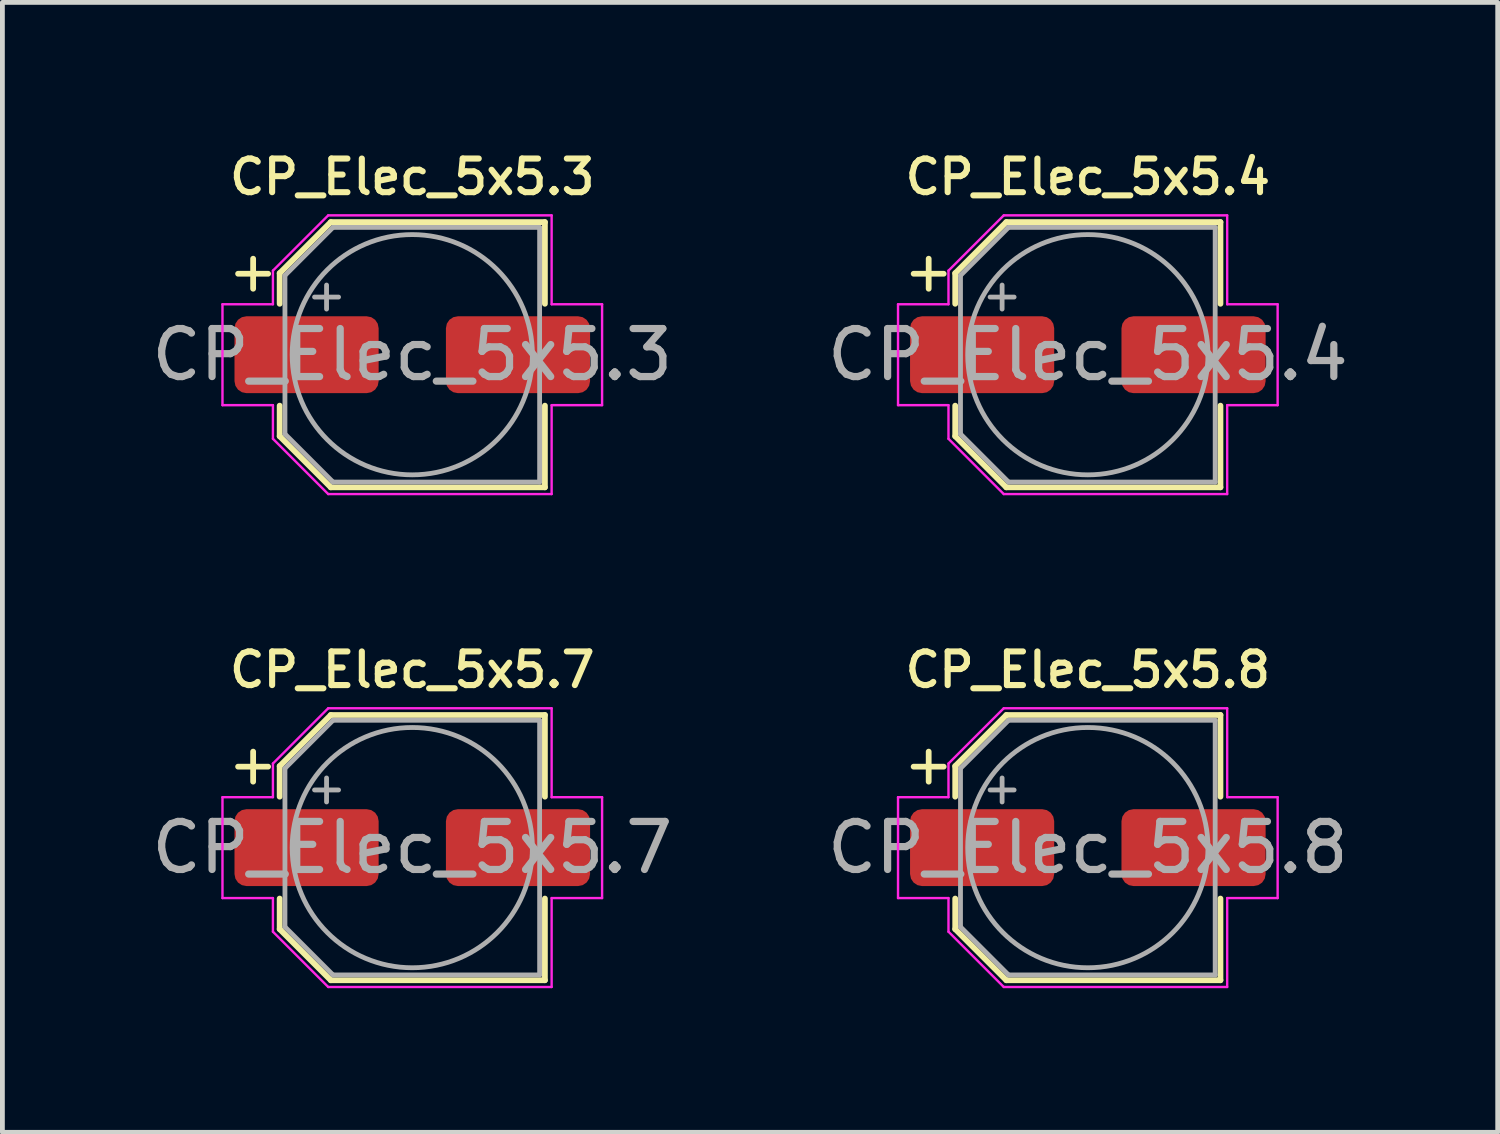
<source format=kicad_pcb>
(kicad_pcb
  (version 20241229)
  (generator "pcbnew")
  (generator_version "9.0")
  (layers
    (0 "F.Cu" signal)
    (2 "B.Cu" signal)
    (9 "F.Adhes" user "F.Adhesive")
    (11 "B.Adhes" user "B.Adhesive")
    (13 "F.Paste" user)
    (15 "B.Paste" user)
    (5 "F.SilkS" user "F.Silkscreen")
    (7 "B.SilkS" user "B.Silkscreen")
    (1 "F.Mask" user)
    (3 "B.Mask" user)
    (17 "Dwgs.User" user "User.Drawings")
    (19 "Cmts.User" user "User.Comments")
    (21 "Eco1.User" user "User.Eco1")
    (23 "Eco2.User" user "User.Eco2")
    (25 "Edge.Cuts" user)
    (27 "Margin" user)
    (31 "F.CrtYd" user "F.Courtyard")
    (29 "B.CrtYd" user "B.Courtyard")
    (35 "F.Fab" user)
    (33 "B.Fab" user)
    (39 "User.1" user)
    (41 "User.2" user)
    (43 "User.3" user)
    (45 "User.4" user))
  (footprint "CP_Elec_5x5.8"
    (layer "F.Cu")
    (at 19.589 14.59)
    (property "Reference" "CP_Elec_5x5.8" (at 0 -3.7 0) (layer "F.SilkS") (effects (font (size 0.7 0.7) (thickness 0.127))))
    (attr smd)
    (fp_line (start -3.625 -1.685) (end -3 -1.685) (stroke (width 0.12) (type solid)) (layer "F.SilkS"))
    (fp_line (start -3.312 -1.998) (end -3.312 -1.373) (stroke (width 0.12) (type solid)) (layer "F.SilkS"))
    (fp_line (start -2.76 -1.696) (end -2.76 -1.06) (stroke (width 0.12) (type solid)) (layer "F.SilkS"))
    (fp_line (start -2.76 -1.696) (end -1.696 -2.76) (stroke (width 0.12) (type solid)) (layer "F.SilkS"))
    (fp_line (start -2.76 1.696) (end -2.76 1.06) (stroke (width 0.12) (type solid)) (layer "F.SilkS"))
    (fp_line (start -2.76 1.696) (end -1.696 2.76) (stroke (width 0.12) (type solid)) (layer "F.SilkS"))
    (fp_line (start -1.696 -2.76) (end 2.76 -2.76) (stroke (width 0.12) (type solid)) (layer "F.SilkS"))
    (fp_line (start -1.696 2.76) (end 2.76 2.76) (stroke (width 0.12) (type solid)) (layer "F.SilkS"))
    (fp_line (start 2.76 -2.76) (end 2.76 -1.06) (stroke (width 0.12) (type solid)) (layer "F.SilkS"))
    (fp_line (start 2.76 2.76) (end 2.76 1.06) (stroke (width 0.12) (type solid)) (layer "F.SilkS"))
    (fp_line (start -3.95 -1.05) (end -3.95 1.05) (stroke (width 0.05) (type solid)) (layer "F.CrtYd"))
    (fp_line (start -3.95 1.05) (end -2.9 1.05) (stroke (width 0.05) (type solid)) (layer "F.CrtYd"))
    (fp_line (start -2.9 -1.75) (end -2.9 -1.05) (stroke (width 0.05) (type solid)) (layer "F.CrtYd"))
    (fp_line (start -2.9 -1.75) (end -1.75 -2.9) (stroke (width 0.05) (type solid)) (layer "F.CrtYd"))
    (fp_line (start -2.9 -1.05) (end -3.95 -1.05) (stroke (width 0.05) (type solid)) (layer "F.CrtYd"))
    (fp_line (start -2.9 1.05) (end -2.9 1.75) (stroke (width 0.05) (type solid)) (layer "F.CrtYd"))
    (fp_line (start -2.9 1.75) (end -1.75 2.9) (stroke (width 0.05) (type solid)) (layer "F.CrtYd"))
    (fp_line (start -1.75 -2.9) (end 2.9 -2.9) (stroke (width 0.05) (type solid)) (layer "F.CrtYd"))
    (fp_line (start -1.75 2.9) (end 2.9 2.9) (stroke (width 0.05) (type solid)) (layer "F.CrtYd"))
    (fp_line (start 2.9 -2.9) (end 2.9 -1.05) (stroke (width 0.05) (type solid)) (layer "F.CrtYd"))
    (fp_line (start 2.9 -1.05) (end 3.95 -1.05) (stroke (width 0.05) (type solid)) (layer "F.CrtYd"))
    (fp_line (start 2.9 1.05) (end 2.9 2.9) (stroke (width 0.05) (type solid)) (layer "F.CrtYd"))
    (fp_line (start 3.95 -1.05) (end 3.95 1.05) (stroke (width 0.05) (type solid)) (layer "F.CrtYd"))
    (fp_line (start 3.95 1.05) (end 2.9 1.05) (stroke (width 0.05) (type solid)) (layer "F.CrtYd"))
    (fp_line (start -2.65 -1.65) (end -2.65 1.65) (stroke (width 0.1) (type solid)) (layer "F.Fab"))
    (fp_line (start -2.65 -1.65) (end -1.65 -2.65) (stroke (width 0.1) (type solid)) (layer "F.Fab"))
    (fp_line (start -2.65 1.65) (end -1.65 2.65) (stroke (width 0.1) (type solid)) (layer "F.Fab"))
    (fp_line (start -2.034 -1.2) (end -1.534 -1.2) (stroke (width 0.1) (type solid)) (layer "F.Fab"))
    (fp_line (start -1.784 -1.45) (end -1.784 -0.95) (stroke (width 0.1) (type solid)) (layer "F.Fab"))
    (fp_line (start -1.65 -2.65) (end 2.65 -2.65) (stroke (width 0.1) (type solid)) (layer "F.Fab"))
    (fp_line (start -1.65 2.65) (end 2.65 2.65) (stroke (width 0.1) (type solid)) (layer "F.Fab"))
    (fp_line (start 2.65 -2.65) (end 2.65 2.65) (stroke (width 0.1) (type solid)) (layer "F.Fab"))
    (fp_circle (center 0 0) (end 2.5 0) (stroke (width 0.1) (type solid)) (fill no) (layer "F.Fab"))
    (fp_text user "${REFERENCE}" (at 0 0 0) (layer "F.Fab") (effects (font (size 1 1) (thickness 0.15))))
    (pad "1" smd roundrect (at -2.2 0) (size 3 1.6) (layers "F.Cu" "F.Mask" "F.Paste") (roundrect_rratio 0.156))
    (pad "2" smd roundrect (at 2.2 0) (size 3 1.6) (layers "F.Cu" "F.Mask" "F.Paste") (roundrect_rratio 0.156)))
  (footprint "CP_Elec_5x5.3"
    (layer "F.Cu")
    (at 5.53 4.332)
    (property "Reference" "CP_Elec_5x5.3" (at 0 -3.7 0) (layer "F.SilkS") (effects (font (size 0.7 0.7) (thickness 0.127))))
    (attr smd)
    (fp_line (start -3.625 -1.685) (end -3 -1.685) (stroke (width 0.12) (type solid)) (layer "F.SilkS"))
    (fp_line (start -3.312 -1.998) (end -3.312 -1.373) (stroke (width 0.12) (type solid)) (layer "F.SilkS"))
    (fp_line (start -2.76 -1.696) (end -2.76 -1.06) (stroke (width 0.12) (type solid)) (layer "F.SilkS"))
    (fp_line (start -2.76 -1.696) (end -1.696 -2.76) (stroke (width 0.12) (type solid)) (layer "F.SilkS"))
    (fp_line (start -2.76 1.696) (end -2.76 1.06) (stroke (width 0.12) (type solid)) (layer "F.SilkS"))
    (fp_line (start -2.76 1.696) (end -1.696 2.76) (stroke (width 0.12) (type solid)) (layer "F.SilkS"))
    (fp_line (start -1.696 -2.76) (end 2.76 -2.76) (stroke (width 0.12) (type solid)) (layer "F.SilkS"))
    (fp_line (start -1.696 2.76) (end 2.76 2.76) (stroke (width 0.12) (type solid)) (layer "F.SilkS"))
    (fp_line (start 2.76 -2.76) (end 2.76 -1.06) (stroke (width 0.12) (type solid)) (layer "F.SilkS"))
    (fp_line (start 2.76 2.76) (end 2.76 1.06) (stroke (width 0.12) (type solid)) (layer "F.SilkS"))
    (fp_line (start -3.95 -1.05) (end -3.95 1.05) (stroke (width 0.05) (type solid)) (layer "F.CrtYd"))
    (fp_line (start -3.95 1.05) (end -2.9 1.05) (stroke (width 0.05) (type solid)) (layer "F.CrtYd"))
    (fp_line (start -2.9 -1.75) (end -2.9 -1.05) (stroke (width 0.05) (type solid)) (layer "F.CrtYd"))
    (fp_line (start -2.9 -1.75) (end -1.75 -2.9) (stroke (width 0.05) (type solid)) (layer "F.CrtYd"))
    (fp_line (start -2.9 -1.05) (end -3.95 -1.05) (stroke (width 0.05) (type solid)) (layer "F.CrtYd"))
    (fp_line (start -2.9 1.05) (end -2.9 1.75) (stroke (width 0.05) (type solid)) (layer "F.CrtYd"))
    (fp_line (start -2.9 1.75) (end -1.75 2.9) (stroke (width 0.05) (type solid)) (layer "F.CrtYd"))
    (fp_line (start -1.75 -2.9) (end 2.9 -2.9) (stroke (width 0.05) (type solid)) (layer "F.CrtYd"))
    (fp_line (start -1.75 2.9) (end 2.9 2.9) (stroke (width 0.05) (type solid)) (layer "F.CrtYd"))
    (fp_line (start 2.9 -2.9) (end 2.9 -1.05) (stroke (width 0.05) (type solid)) (layer "F.CrtYd"))
    (fp_line (start 2.9 -1.05) (end 3.95 -1.05) (stroke (width 0.05) (type solid)) (layer "F.CrtYd"))
    (fp_line (start 2.9 1.05) (end 2.9 2.9) (stroke (width 0.05) (type solid)) (layer "F.CrtYd"))
    (fp_line (start 3.95 -1.05) (end 3.95 1.05) (stroke (width 0.05) (type solid)) (layer "F.CrtYd"))
    (fp_line (start 3.95 1.05) (end 2.9 1.05) (stroke (width 0.05) (type solid)) (layer "F.CrtYd"))
    (fp_line (start -2.65 -1.65) (end -2.65 1.65) (stroke (width 0.1) (type solid)) (layer "F.Fab"))
    (fp_line (start -2.65 -1.65) (end -1.65 -2.65) (stroke (width 0.1) (type solid)) (layer "F.Fab"))
    (fp_line (start -2.65 1.65) (end -1.65 2.65) (stroke (width 0.1) (type solid)) (layer "F.Fab"))
    (fp_line (start -2.034 -1.2) (end -1.534 -1.2) (stroke (width 0.1) (type solid)) (layer "F.Fab"))
    (fp_line (start -1.784 -1.45) (end -1.784 -0.95) (stroke (width 0.1) (type solid)) (layer "F.Fab"))
    (fp_line (start -1.65 -2.65) (end 2.65 -2.65) (stroke (width 0.1) (type solid)) (layer "F.Fab"))
    (fp_line (start -1.65 2.65) (end 2.65 2.65) (stroke (width 0.1) (type solid)) (layer "F.Fab"))
    (fp_line (start 2.65 -2.65) (end 2.65 2.65) (stroke (width 0.1) (type solid)) (layer "F.Fab"))
    (fp_circle (center 0 0) (end 2.5 0) (stroke (width 0.1) (type solid)) (fill no) (layer "F.Fab"))
    (fp_text user "${REFERENCE}" (at 0 0 0) (layer "F.Fab") (effects (font (size 1 1) (thickness 0.15))))
    (pad "1" smd roundrect (at -2.2 0) (size 3 1.6) (layers "F.Cu" "F.Mask" "F.Paste") (roundrect_rratio 0.156))
    (pad "2" smd roundrect (at 2.2 0) (size 3 1.6) (layers "F.Cu" "F.Mask" "F.Paste") (roundrect_rratio 0.156)))
  (footprint "CP_Elec_5x5.4"
    (layer "F.Cu")
    (at 19.589 4.332)
    (property "Reference" "CP_Elec_5x5.4" (at 0 -3.7 0) (layer "F.SilkS") (effects (font (size 0.7 0.7) (thickness 0.127))))
    (attr smd)
    (fp_line (start -3.625 -1.685) (end -3 -1.685) (stroke (width 0.12) (type solid)) (layer "F.SilkS"))
    (fp_line (start -3.312 -1.998) (end -3.312 -1.373) (stroke (width 0.12) (type solid)) (layer "F.SilkS"))
    (fp_line (start -2.76 -1.696) (end -2.76 -1.06) (stroke (width 0.12) (type solid)) (layer "F.SilkS"))
    (fp_line (start -2.76 -1.696) (end -1.696 -2.76) (stroke (width 0.12) (type solid)) (layer "F.SilkS"))
    (fp_line (start -2.76 1.696) (end -2.76 1.06) (stroke (width 0.12) (type solid)) (layer "F.SilkS"))
    (fp_line (start -2.76 1.696) (end -1.696 2.76) (stroke (width 0.12) (type solid)) (layer "F.SilkS"))
    (fp_line (start -1.696 -2.76) (end 2.76 -2.76) (stroke (width 0.12) (type solid)) (layer "F.SilkS"))
    (fp_line (start -1.696 2.76) (end 2.76 2.76) (stroke (width 0.12) (type solid)) (layer "F.SilkS"))
    (fp_line (start 2.76 -2.76) (end 2.76 -1.06) (stroke (width 0.12) (type solid)) (layer "F.SilkS"))
    (fp_line (start 2.76 2.76) (end 2.76 1.06) (stroke (width 0.12) (type solid)) (layer "F.SilkS"))
    (fp_line (start -3.95 -1.05) (end -3.95 1.05) (stroke (width 0.05) (type solid)) (layer "F.CrtYd"))
    (fp_line (start -3.95 1.05) (end -2.9 1.05) (stroke (width 0.05) (type solid)) (layer "F.CrtYd"))
    (fp_line (start -2.9 -1.75) (end -2.9 -1.05) (stroke (width 0.05) (type solid)) (layer "F.CrtYd"))
    (fp_line (start -2.9 -1.75) (end -1.75 -2.9) (stroke (width 0.05) (type solid)) (layer "F.CrtYd"))
    (fp_line (start -2.9 -1.05) (end -3.95 -1.05) (stroke (width 0.05) (type solid)) (layer "F.CrtYd"))
    (fp_line (start -2.9 1.05) (end -2.9 1.75) (stroke (width 0.05) (type solid)) (layer "F.CrtYd"))
    (fp_line (start -2.9 1.75) (end -1.75 2.9) (stroke (width 0.05) (type solid)) (layer "F.CrtYd"))
    (fp_line (start -1.75 -2.9) (end 2.9 -2.9) (stroke (width 0.05) (type solid)) (layer "F.CrtYd"))
    (fp_line (start -1.75 2.9) (end 2.9 2.9) (stroke (width 0.05) (type solid)) (layer "F.CrtYd"))
    (fp_line (start 2.9 -2.9) (end 2.9 -1.05) (stroke (width 0.05) (type solid)) (layer "F.CrtYd"))
    (fp_line (start 2.9 -1.05) (end 3.95 -1.05) (stroke (width 0.05) (type solid)) (layer "F.CrtYd"))
    (fp_line (start 2.9 1.05) (end 2.9 2.9) (stroke (width 0.05) (type solid)) (layer "F.CrtYd"))
    (fp_line (start 3.95 -1.05) (end 3.95 1.05) (stroke (width 0.05) (type solid)) (layer "F.CrtYd"))
    (fp_line (start 3.95 1.05) (end 2.9 1.05) (stroke (width 0.05) (type solid)) (layer "F.CrtYd"))
    (fp_line (start -2.65 -1.65) (end -2.65 1.65) (stroke (width 0.1) (type solid)) (layer "F.Fab"))
    (fp_line (start -2.65 -1.65) (end -1.65 -2.65) (stroke (width 0.1) (type solid)) (layer "F.Fab"))
    (fp_line (start -2.65 1.65) (end -1.65 2.65) (stroke (width 0.1) (type solid)) (layer "F.Fab"))
    (fp_line (start -2.034 -1.2) (end -1.534 -1.2) (stroke (width 0.1) (type solid)) (layer "F.Fab"))
    (fp_line (start -1.784 -1.45) (end -1.784 -0.95) (stroke (width 0.1) (type solid)) (layer "F.Fab"))
    (fp_line (start -1.65 -2.65) (end 2.65 -2.65) (stroke (width 0.1) (type solid)) (layer "F.Fab"))
    (fp_line (start -1.65 2.65) (end 2.65 2.65) (stroke (width 0.1) (type solid)) (layer "F.Fab"))
    (fp_line (start 2.65 -2.65) (end 2.65 2.65) (stroke (width 0.1) (type solid)) (layer "F.Fab"))
    (fp_circle (center 0 0) (end 2.5 0) (stroke (width 0.1) (type solid)) (fill no) (layer "F.Fab"))
    (fp_text user "${REFERENCE}" (at 0 0 0) (layer "F.Fab") (effects (font (size 1 1) (thickness 0.15))))
    (pad "1" smd roundrect (at -2.2 0) (size 3 1.6) (layers "F.Cu" "F.Mask" "F.Paste") (roundrect_rratio 0.156))
    (pad "2" smd roundrect (at 2.2 0) (size 3 1.6) (layers "F.Cu" "F.Mask" "F.Paste") (roundrect_rratio 0.156)))
  (footprint "CP_Elec_5x5.7"
    (layer "F.Cu")
    (at 5.53 14.59)
    (property "Reference" "CP_Elec_5x5.7" (at 0 -3.7 0) (layer "F.SilkS") (effects (font (size 0.7 0.7) (thickness 0.127))))
    (attr smd)
    (fp_line (start -3.625 -1.685) (end -3 -1.685) (stroke (width 0.12) (type solid)) (layer "F.SilkS"))
    (fp_line (start -3.312 -1.998) (end -3.312 -1.373) (stroke (width 0.12) (type solid)) (layer "F.SilkS"))
    (fp_line (start -2.76 -1.696) (end -2.76 -1.06) (stroke (width 0.12) (type solid)) (layer "F.SilkS"))
    (fp_line (start -2.76 -1.696) (end -1.696 -2.76) (stroke (width 0.12) (type solid)) (layer "F.SilkS"))
    (fp_line (start -2.76 1.696) (end -2.76 1.06) (stroke (width 0.12) (type solid)) (layer "F.SilkS"))
    (fp_line (start -2.76 1.696) (end -1.696 2.76) (stroke (width 0.12) (type solid)) (layer "F.SilkS"))
    (fp_line (start -1.696 -2.76) (end 2.76 -2.76) (stroke (width 0.12) (type solid)) (layer "F.SilkS"))
    (fp_line (start -1.696 2.76) (end 2.76 2.76) (stroke (width 0.12) (type solid)) (layer "F.SilkS"))
    (fp_line (start 2.76 -2.76) (end 2.76 -1.06) (stroke (width 0.12) (type solid)) (layer "F.SilkS"))
    (fp_line (start 2.76 2.76) (end 2.76 1.06) (stroke (width 0.12) (type solid)) (layer "F.SilkS"))
    (fp_line (start -3.95 -1.05) (end -3.95 1.05) (stroke (width 0.05) (type solid)) (layer "F.CrtYd"))
    (fp_line (start -3.95 1.05) (end -2.9 1.05) (stroke (width 0.05) (type solid)) (layer "F.CrtYd"))
    (fp_line (start -2.9 -1.75) (end -2.9 -1.05) (stroke (width 0.05) (type solid)) (layer "F.CrtYd"))
    (fp_line (start -2.9 -1.75) (end -1.75 -2.9) (stroke (width 0.05) (type solid)) (layer "F.CrtYd"))
    (fp_line (start -2.9 -1.05) (end -3.95 -1.05) (stroke (width 0.05) (type solid)) (layer "F.CrtYd"))
    (fp_line (start -2.9 1.05) (end -2.9 1.75) (stroke (width 0.05) (type solid)) (layer "F.CrtYd"))
    (fp_line (start -2.9 1.75) (end -1.75 2.9) (stroke (width 0.05) (type solid)) (layer "F.CrtYd"))
    (fp_line (start -1.75 -2.9) (end 2.9 -2.9) (stroke (width 0.05) (type solid)) (layer "F.CrtYd"))
    (fp_line (start -1.75 2.9) (end 2.9 2.9) (stroke (width 0.05) (type solid)) (layer "F.CrtYd"))
    (fp_line (start 2.9 -2.9) (end 2.9 -1.05) (stroke (width 0.05) (type solid)) (layer "F.CrtYd"))
    (fp_line (start 2.9 -1.05) (end 3.95 -1.05) (stroke (width 0.05) (type solid)) (layer "F.CrtYd"))
    (fp_line (start 2.9 1.05) (end 2.9 2.9) (stroke (width 0.05) (type solid)) (layer "F.CrtYd"))
    (fp_line (start 3.95 -1.05) (end 3.95 1.05) (stroke (width 0.05) (type solid)) (layer "F.CrtYd"))
    (fp_line (start 3.95 1.05) (end 2.9 1.05) (stroke (width 0.05) (type solid)) (layer "F.CrtYd"))
    (fp_line (start -2.65 -1.65) (end -2.65 1.65) (stroke (width 0.1) (type solid)) (layer "F.Fab"))
    (fp_line (start -2.65 -1.65) (end -1.65 -2.65) (stroke (width 0.1) (type solid)) (layer "F.Fab"))
    (fp_line (start -2.65 1.65) (end -1.65 2.65) (stroke (width 0.1) (type solid)) (layer "F.Fab"))
    (fp_line (start -2.034 -1.2) (end -1.534 -1.2) (stroke (width 0.1) (type solid)) (layer "F.Fab"))
    (fp_line (start -1.784 -1.45) (end -1.784 -0.95) (stroke (width 0.1) (type solid)) (layer "F.Fab"))
    (fp_line (start -1.65 -2.65) (end 2.65 -2.65) (stroke (width 0.1) (type solid)) (layer "F.Fab"))
    (fp_line (start -1.65 2.65) (end 2.65 2.65) (stroke (width 0.1) (type solid)) (layer "F.Fab"))
    (fp_line (start 2.65 -2.65) (end 2.65 2.65) (stroke (width 0.1) (type solid)) (layer "F.Fab"))
    (fp_circle (center 0 0) (end 2.5 0) (stroke (width 0.1) (type solid)) (fill no) (layer "F.Fab"))
    (fp_text user "${REFERENCE}" (at 0 0 0) (layer "F.Fab") (effects (font (size 1 1) (thickness 0.15))))
    (pad "1" smd roundrect (at -2.2 0) (size 3 1.6) (layers "F.Cu" "F.Mask" "F.Paste") (roundrect_rratio 0.156))
    (pad "2" smd roundrect (at 2.2 0) (size 3 1.6) (layers "F.Cu" "F.Mask" "F.Paste") (roundrect_rratio 0.156)))
  (gr_rect
    (start -3 -3)
    (end 28.119 20.515)
    (stroke (width 0.1) (type default))
    (fill no)
    (layer "Edge.Cuts")))
</source>
